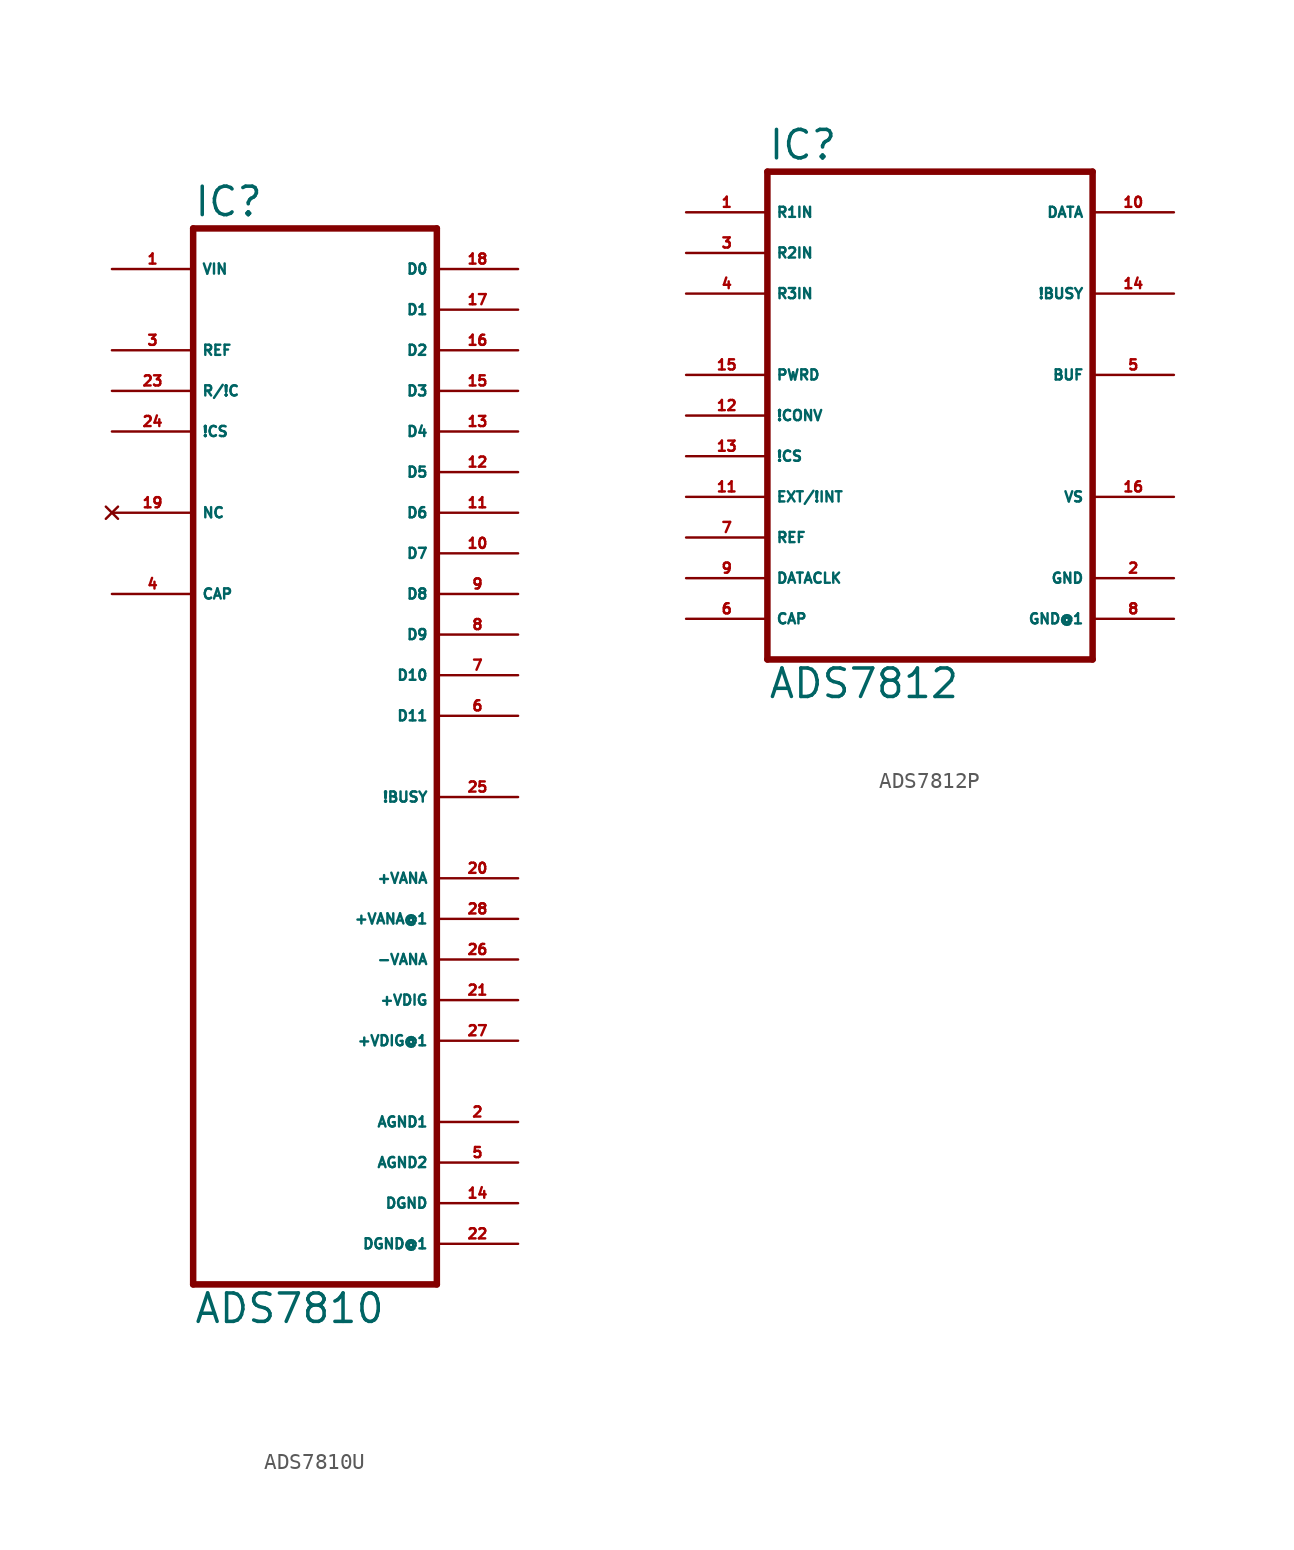
<source format=kicad_sym>
(kicad_symbol_lib
  (version 20220914)
  (generator Eagle2Kicad)
  (symbol "ADS7810U"
    (property "Reference" "IC"
      (at -7.62 33.655 0)
      (effects (font (size 1.778 1.778) (thickness 0.22)) (justify left bottom)))
    (property "Value" "ADS7810"
      (at -7.62 -35.56 0)
      (effects (font (size 1.778 1.778) (thickness 0.22)) (justify left bottom)))
    (polyline
      (pts (xy 7.62 -33.02) (xy -7.62 -33.02))
      (stroke (width 0.406) (type default))
      (fill (type none)))
    (polyline
      (pts (xy -7.62 -33.02) (xy -7.62 33.02))
      (stroke (width 0.406) (type default))
      (fill (type none)))
    (polyline
      (pts (xy -7.62 33.02) (xy 7.62 33.02))
      (stroke (width 0.406) (type default))
      (fill (type none)))
    (polyline
      (pts (xy 7.62 33.02) (xy 7.62 -33.02))
      (stroke (width 0.406) (type default))
      (fill (type none)))
    (pin input line
      (at -12.7 30.48 0)
      (length 5.08)
      (name "VIN" (effects (font (size 0.635 0.635) (thickness 0.08)) (justify left bottom)))
      (number "1" (effects (font (size 0.635 0.635) (thickness 0.08)) (justify left bottom))))
    (pin input line
      (at -12.7 22.86 0)
      (length 5.08)
      (name "R/!C" (effects (font (size 0.635 0.635) (thickness 0.08)) (justify left bottom)))
      (number "23" (effects (font (size 0.635 0.635) (thickness 0.08)) (justify left bottom))))
    (pin input line
      (at -12.7 20.32 0)
      (length 5.08)
      (name "!CS" (effects (font (size 0.635 0.635) (thickness 0.08)) (justify left bottom)))
      (number "24" (effects (font (size 0.635 0.635) (thickness 0.08)) (justify left bottom))))
    (pin output line
      (at 12.7 30.48 180)
      (length 5.08)
      (name "D0" (effects (font (size 0.635 0.635) (thickness 0.08)) (justify left bottom)))
      (number "18" (effects (font (size 0.635 0.635) (thickness 0.08)) (justify left bottom))))
    (pin output line
      (at 12.7 27.94 180)
      (length 5.08)
      (name "D1" (effects (font (size 0.635 0.635) (thickness 0.08)) (justify left bottom)))
      (number "17" (effects (font (size 0.635 0.635) (thickness 0.08)) (justify left bottom))))
    (pin output line
      (at 12.7 25.4 180)
      (length 5.08)
      (name "D2" (effects (font (size 0.635 0.635) (thickness 0.08)) (justify left bottom)))
      (number "16" (effects (font (size 0.635 0.635) (thickness 0.08)) (justify left bottom))))
    (pin output line
      (at 12.7 22.86 180)
      (length 5.08)
      (name "D3" (effects (font (size 0.635 0.635) (thickness 0.08)) (justify left bottom)))
      (number "15" (effects (font (size 0.635 0.635) (thickness 0.08)) (justify left bottom))))
    (pin output line
      (at 12.7 20.32 180)
      (length 5.08)
      (name "D4" (effects (font (size 0.635 0.635) (thickness 0.08)) (justify left bottom)))
      (number "13" (effects (font (size 0.635 0.635) (thickness 0.08)) (justify left bottom))))
    (pin output line
      (at 12.7 17.78 180)
      (length 5.08)
      (name "D5" (effects (font (size 0.635 0.635) (thickness 0.08)) (justify left bottom)))
      (number "12" (effects (font (size 0.635 0.635) (thickness 0.08)) (justify left bottom))))
    (pin output line
      (at 12.7 15.24 180)
      (length 5.08)
      (name "D6" (effects (font (size 0.635 0.635) (thickness 0.08)) (justify left bottom)))
      (number "11" (effects (font (size 0.635 0.635) (thickness 0.08)) (justify left bottom))))
    (pin output line
      (at 12.7 12.7 180)
      (length 5.08)
      (name "D7" (effects (font (size 0.635 0.635) (thickness 0.08)) (justify left bottom)))
      (number "10" (effects (font (size 0.635 0.635) (thickness 0.08)) (justify left bottom))))
    (pin output line
      (at 12.7 10.16 180)
      (length 5.08)
      (name "D8" (effects (font (size 0.635 0.635) (thickness 0.08)) (justify left bottom)))
      (number "9" (effects (font (size 0.635 0.635) (thickness 0.08)) (justify left bottom))))
    (pin output line
      (at 12.7 7.62 180)
      (length 5.08)
      (name "D9" (effects (font (size 0.635 0.635) (thickness 0.08)) (justify left bottom)))
      (number "8" (effects (font (size 0.635 0.635) (thickness 0.08)) (justify left bottom))))
    (pin output line
      (at 12.7 5.08 180)
      (length 5.08)
      (name "D10" (effects (font (size 0.635 0.635) (thickness 0.08)) (justify left bottom)))
      (number "7" (effects (font (size 0.635 0.635) (thickness 0.08)) (justify left bottom))))
    (pin output line
      (at 12.7 2.54 180)
      (length 5.08)
      (name "D11" (effects (font (size 0.635 0.635) (thickness 0.08)) (justify left bottom)))
      (number "6" (effects (font (size 0.635 0.635) (thickness 0.08)) (justify left bottom))))
    (pin output line
      (at 12.7 -2.54 180)
      (length 5.08)
      (name "!BUSY" (effects (font (size 0.635 0.635) (thickness 0.08)) (justify left bottom)))
      (number "25" (effects (font (size 0.635 0.635) (thickness 0.08)) (justify left bottom))))
    (pin passive line
      (at -12.7 10.16 0)
      (length 5.08)
      (name "CAP" (effects (font (size 0.635 0.635) (thickness 0.08)) (justify left bottom)))
      (number "4" (effects (font (size 0.635 0.635) (thickness 0.08)) (justify left bottom))))
    (pin unspecified line
      (at 12.7 -7.62 180)
      (length 5.08)
      (name "+VANA" (effects (font (size 0.635 0.635) (thickness 0.08)) (justify left bottom)))
      (number "20" (effects (font (size 0.635 0.635) (thickness 0.08)) (justify left bottom))))
    (pin unspecified line
      (at 12.7 -10.16 180)
      (length 5.08)
      (name "+VANA@1" (effects (font (size 0.635 0.635) (thickness 0.08)) (justify left bottom)))
      (number "28" (effects (font (size 0.635 0.635) (thickness 0.08)) (justify left bottom))))
    (pin unspecified line
      (at 12.7 -12.7 180)
      (length 5.08)
      (name "-VANA" (effects (font (size 0.635 0.635) (thickness 0.08)) (justify left bottom)))
      (number "26" (effects (font (size 0.635 0.635) (thickness 0.08)) (justify left bottom))))
    (pin no_connect line
      (at -12.7 15.24 0)
      (length 5.08)
      (name "NC" (effects (font (size 0.635 0.635) (thickness 0.08)) (justify left bottom) hide))
      (number "19" (effects (font (size 0.635 0.635) (thickness 0.08)) (justify left bottom) hide)))
    (pin unspecified line
      (at 12.7 -17.78 180)
      (length 5.08)
      (name "+VDIG@1" (effects (font (size 0.635 0.635) (thickness 0.08)) (justify left bottom)))
      (number "27" (effects (font (size 0.635 0.635) (thickness 0.08)) (justify left bottom))))
    (pin unspecified line
      (at 12.7 -15.24 180)
      (length 5.08)
      (name "+VDIG" (effects (font (size 0.635 0.635) (thickness 0.08)) (justify left bottom)))
      (number "21" (effects (font (size 0.635 0.635) (thickness 0.08)) (justify left bottom))))
    (pin unspecified line
      (at 12.7 -22.86 180)
      (length 5.08)
      (name "AGND1" (effects (font (size 0.635 0.635) (thickness 0.08)) (justify left bottom)))
      (number "2" (effects (font (size 0.635 0.635) (thickness 0.08)) (justify left bottom))))
    (pin unspecified line
      (at 12.7 -25.4 180)
      (length 5.08)
      (name "AGND2" (effects (font (size 0.635 0.635) (thickness 0.08)) (justify left bottom)))
      (number "5" (effects (font (size 0.635 0.635) (thickness 0.08)) (justify left bottom))))
    (pin unspecified line
      (at 12.7 -27.94 180)
      (length 5.08)
      (name "DGND" (effects (font (size 0.635 0.635) (thickness 0.08)) (justify left bottom)))
      (number "14" (effects (font (size 0.635 0.635) (thickness 0.08)) (justify left bottom))))
    (pin bidirectional line
      (at -12.7 25.4 0)
      (length 5.08)
      (name "REF" (effects (font (size 0.635 0.635) (thickness 0.08)) (justify left bottom)))
      (number "3" (effects (font (size 0.635 0.635) (thickness 0.08)) (justify left bottom))))
    (pin unspecified line
      (at 12.7 -30.48 180)
      (length 5.08)
      (name "DGND@1" (effects (font (size 0.635 0.635) (thickness 0.08)) (justify left bottom)))
      (number "22" (effects (font (size 0.635 0.635) (thickness 0.08)) (justify left bottom)))))
  (symbol "ADS7812P"
    (property "Reference" "IC"
      (at -10.16 15.875 0)
      (effects (font (size 1.778 1.778) (thickness 0.22)) (justify left bottom)))
    (property "Value" "ADS7812"
      (at -10.16 -17.78 0)
      (effects (font (size 1.778 1.778) (thickness 0.22)) (justify left bottom)))
    (polyline
      (pts (xy -10.16 -15.24) (xy 10.16 -15.24))
      (stroke (width 0.406) (type default))
      (fill (type none)))
    (polyline
      (pts (xy 10.16 -15.24) (xy 10.16 15.24))
      (stroke (width 0.406) (type default))
      (fill (type none)))
    (polyline
      (pts (xy 10.16 15.24) (xy -10.16 15.24))
      (stroke (width 0.406) (type default))
      (fill (type none)))
    (polyline
      (pts (xy -10.16 15.24) (xy -10.16 -15.24))
      (stroke (width 0.406) (type default))
      (fill (type none)))
    (pin input line
      (at -15.24 -5.08 0)
      (length 5.08)
      (name "EXT/!INT" (effects (font (size 0.635 0.635) (thickness 0.08)) (justify left bottom)))
      (number "11" (effects (font (size 0.635 0.635) (thickness 0.08)) (justify left bottom))))
    (pin input line
      (at -15.24 0 0)
      (length 5.08)
      (name "!CONV" (effects (font (size 0.635 0.635) (thickness 0.08)) (justify left bottom)))
      (number "12" (effects (font (size 0.635 0.635) (thickness 0.08)) (justify left bottom))))
    (pin input line
      (at -15.24 -2.54 0)
      (length 5.08)
      (name "!CS" (effects (font (size 0.635 0.635) (thickness 0.08)) (justify left bottom)))
      (number "13" (effects (font (size 0.635 0.635) (thickness 0.08)) (justify left bottom))))
    (pin input line
      (at -15.24 2.54 0)
      (length 5.08)
      (name "PWRD" (effects (font (size 0.635 0.635) (thickness 0.08)) (justify left bottom)))
      (number "15" (effects (font (size 0.635 0.635) (thickness 0.08)) (justify left bottom))))
    (pin output line
      (at 15.24 12.7 180)
      (length 5.08)
      (name "DATA" (effects (font (size 0.635 0.635) (thickness 0.08)) (justify left bottom)))
      (number "10" (effects (font (size 0.635 0.635) (thickness 0.08)) (justify left bottom))))
    (pin output line
      (at 15.24 7.62 180)
      (length 5.08)
      (name "!BUSY" (effects (font (size 0.635 0.635) (thickness 0.08)) (justify left bottom)))
      (number "14" (effects (font (size 0.635 0.635) (thickness 0.08)) (justify left bottom))))
    (pin bidirectional line
      (at -15.24 -10.16 0)
      (length 5.08)
      (name "DATACLK" (effects (font (size 0.635 0.635) (thickness 0.08)) (justify left bottom)))
      (number "9" (effects (font (size 0.635 0.635) (thickness 0.08)) (justify left bottom))))
    (pin input line
      (at -15.24 12.7 0)
      (length 5.08)
      (name "R1IN" (effects (font (size 0.635 0.635) (thickness 0.08)) (justify left bottom)))
      (number "1" (effects (font (size 0.635 0.635) (thickness 0.08)) (justify left bottom))))
    (pin input line
      (at -15.24 10.16 0)
      (length 5.08)
      (name "R2IN" (effects (font (size 0.635 0.635) (thickness 0.08)) (justify left bottom)))
      (number "3" (effects (font (size 0.635 0.635) (thickness 0.08)) (justify left bottom))))
    (pin input line
      (at -15.24 7.62 0)
      (length 5.08)
      (name "R3IN" (effects (font (size 0.635 0.635) (thickness 0.08)) (justify left bottom)))
      (number "4" (effects (font (size 0.635 0.635) (thickness 0.08)) (justify left bottom))))
    (pin unspecified line
      (at 15.24 -10.16 180)
      (length 5.08)
      (name "GND" (effects (font (size 0.635 0.635) (thickness 0.08)) (justify left bottom)))
      (number "2" (effects (font (size 0.635 0.635) (thickness 0.08)) (justify left bottom))))
    (pin unspecified line
      (at 15.24 -5.08 180)
      (length 5.08)
      (name "VS" (effects (font (size 0.635 0.635) (thickness 0.08)) (justify left bottom)))
      (number "16" (effects (font (size 0.635 0.635) (thickness 0.08)) (justify left bottom))))
    (pin unspecified line
      (at 15.24 -12.7 180)
      (length 5.08)
      (name "GND@1" (effects (font (size 0.635 0.635) (thickness 0.08)) (justify left bottom)))
      (number "8" (effects (font (size 0.635 0.635) (thickness 0.08)) (justify left bottom))))
    (pin output line
      (at 15.24 2.54 180)
      (length 5.08)
      (name "BUF" (effects (font (size 0.635 0.635) (thickness 0.08)) (justify left bottom)))
      (number "5" (effects (font (size 0.635 0.635) (thickness 0.08)) (justify left bottom))))
    (pin passive line
      (at -15.24 -12.7 0)
      (length 5.08)
      (name "CAP" (effects (font (size 0.635 0.635) (thickness 0.08)) (justify left bottom)))
      (number "6" (effects (font (size 0.635 0.635) (thickness 0.08)) (justify left bottom))))
    (pin bidirectional line
      (at -15.24 -7.62 0)
      (length 5.08)
      (name "REF" (effects (font (size 0.635 0.635) (thickness 0.08)) (justify left bottom)))
      (number "7" (effects (font (size 0.635 0.635) (thickness 0.08)) (justify left bottom))))))
</source>
